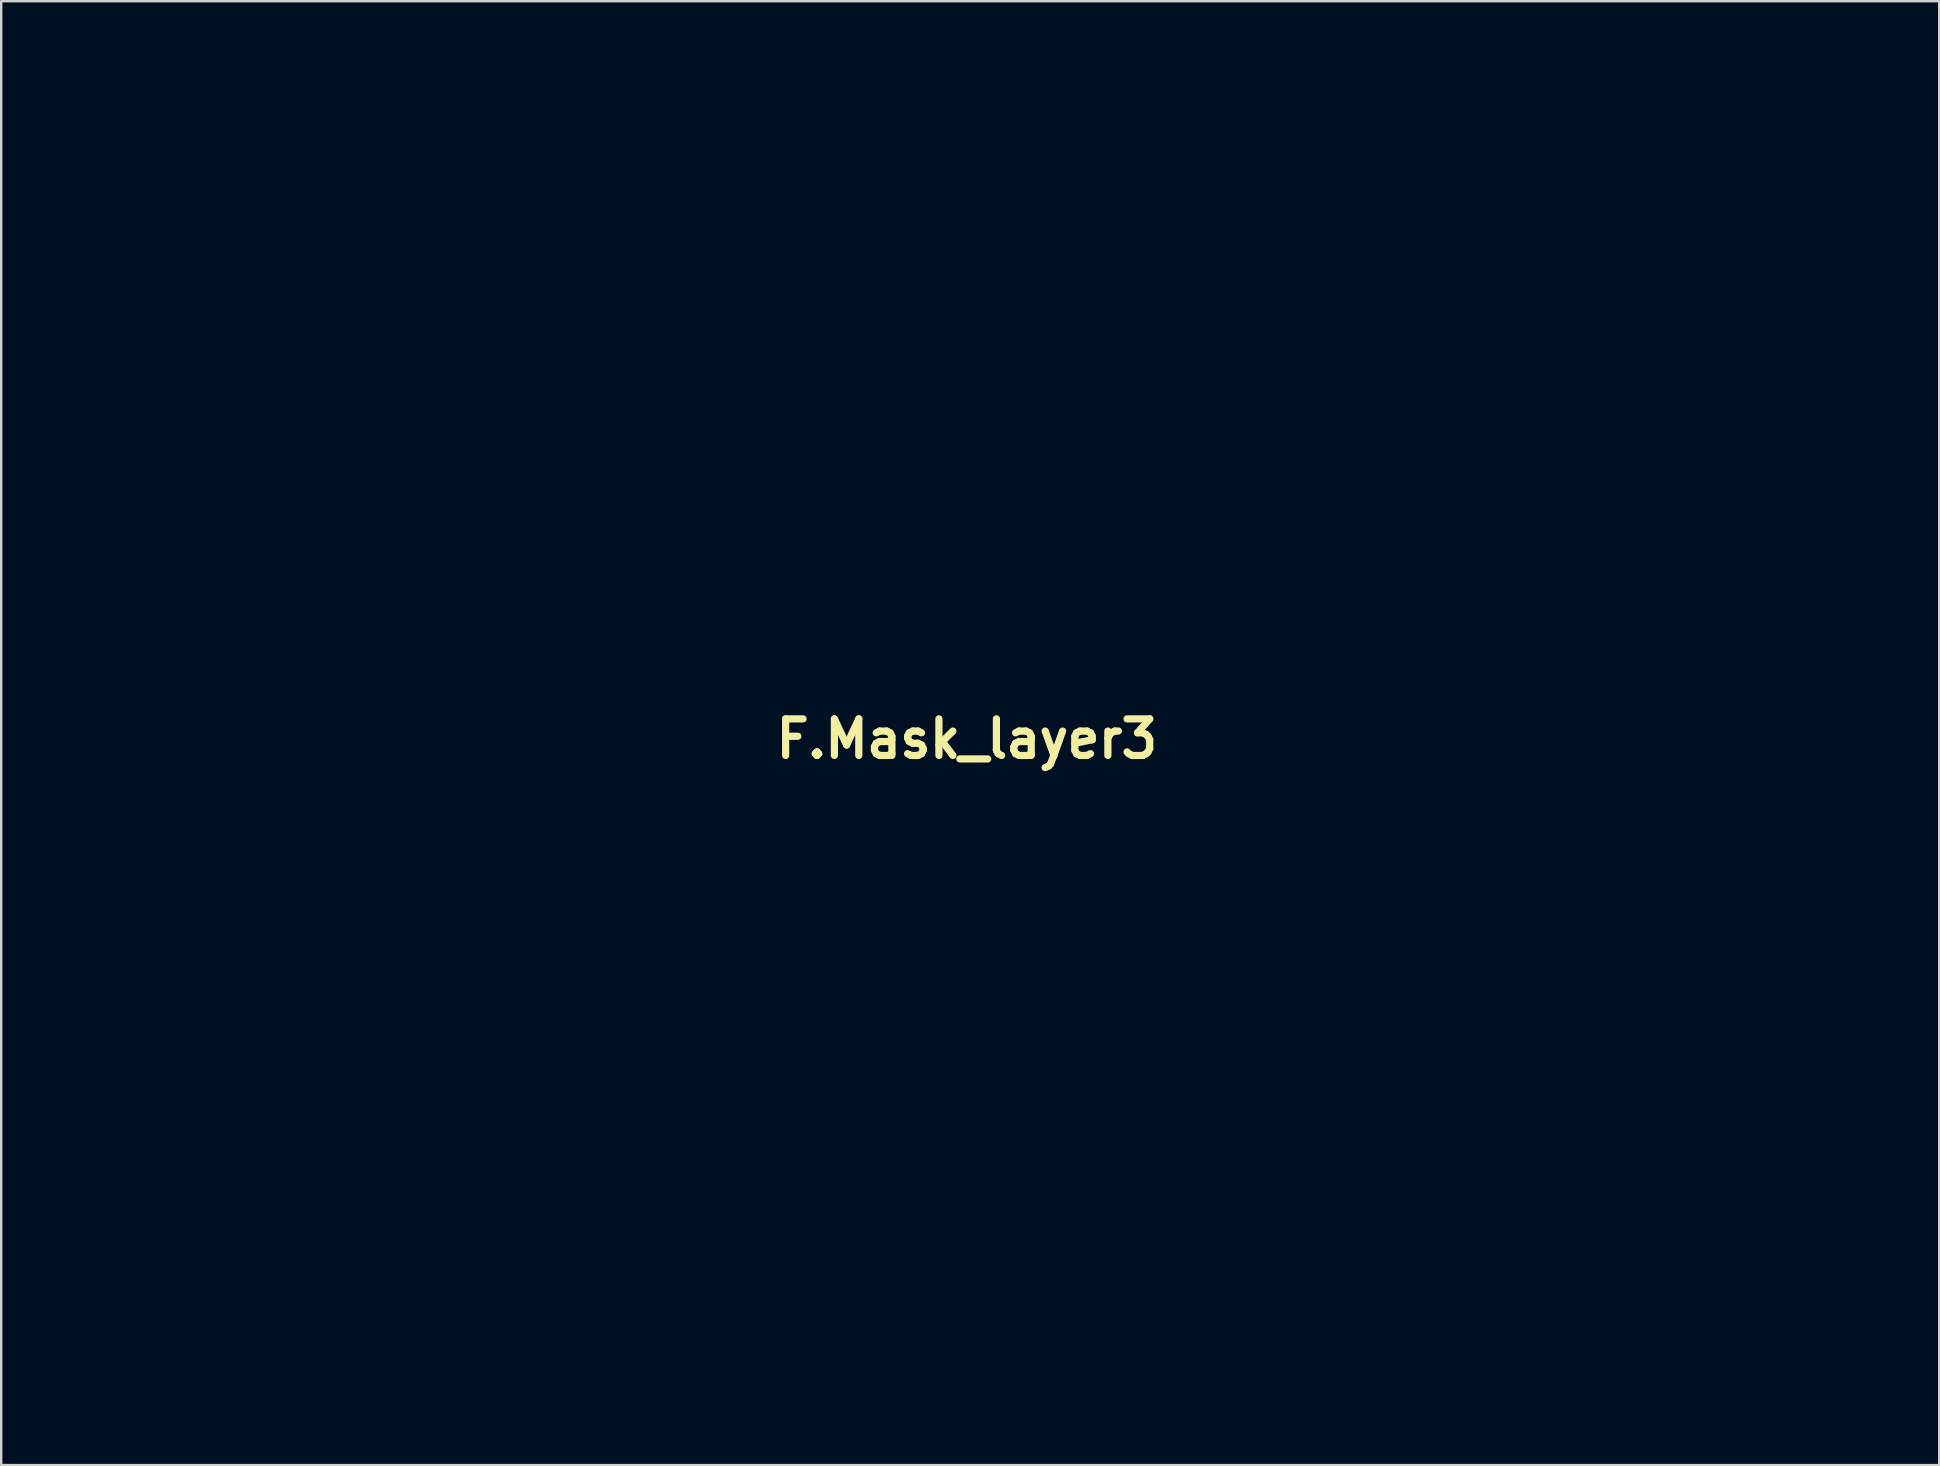
<source format=kicad_pcb>
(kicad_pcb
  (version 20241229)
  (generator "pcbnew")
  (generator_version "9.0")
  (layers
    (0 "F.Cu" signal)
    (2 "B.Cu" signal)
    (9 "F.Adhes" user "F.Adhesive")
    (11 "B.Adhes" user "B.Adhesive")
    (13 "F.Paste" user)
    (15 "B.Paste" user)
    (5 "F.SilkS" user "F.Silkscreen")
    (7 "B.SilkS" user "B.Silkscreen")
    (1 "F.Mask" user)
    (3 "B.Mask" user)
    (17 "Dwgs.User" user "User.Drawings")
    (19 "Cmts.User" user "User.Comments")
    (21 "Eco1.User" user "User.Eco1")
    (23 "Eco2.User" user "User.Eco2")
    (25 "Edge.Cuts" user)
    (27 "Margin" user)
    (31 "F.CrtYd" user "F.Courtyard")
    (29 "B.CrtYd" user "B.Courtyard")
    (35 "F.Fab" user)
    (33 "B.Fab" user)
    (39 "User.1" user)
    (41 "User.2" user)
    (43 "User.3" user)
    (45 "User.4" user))
  (footprint "F.Mask_layer3"
    (layer "F.Cu")
    (at 37.228 27.733)
    (property "Reference" "F.Mask_layer3" (at 0 0 0) (layer "F.SilkS") (effects (font (size 1.524 1.524) (thickness 0.3))))
    (attr through_hole)
    (fp_poly (pts (xy -29.379 -2.498) (xy -30.014 -2.498) (xy -30.014 -6.858) (xy -29.379 -6.858) (xy -29.379 -2.498)) (stroke (width 0.01) (type solid)) (fill yes) (layer "F.Mask"))
    (fp_poly (pts (xy -20.235 -2.498) (xy -20.87 -2.498) (xy -20.87 -6.858) (xy -20.235 -6.858) (xy -20.235 -2.498)) (stroke (width 0.01) (type solid)) (fill yes) (layer "F.Mask"))
    (fp_poly (pts (xy -18.076 -11.388) (xy -18.754 -11.388) (xy -18.754 -15.875) (xy -18.076 -15.875) (xy -18.076 -11.388)) (stroke (width 0.01) (type solid)) (fill yes) (layer "F.Mask"))
    (fp_poly (pts (xy -15.917 -11.388) (xy -16.595 -11.388) (xy -16.595 -15.875) (xy -15.917 -15.875) (xy -15.917 -11.388)) (stroke (width 0.01) (type solid)) (fill yes) (layer "F.Mask"))
    (fp_poly (pts (xy -11.091 -11.388) (xy -11.599 -11.388) (xy -11.599 -15.875) (xy -11.091 -15.875) (xy -11.091 -11.388)) (stroke (width 0.01) (type solid)) (fill yes) (layer "F.Mask"))
    (fp_poly (pts (xy -11.091 -2.498) (xy -11.599 -2.498) (xy -11.599 -6.858) (xy -11.091 -6.858) (xy -11.091 -2.498)) (stroke (width 0.01) (type solid)) (fill yes) (layer "F.Mask"))
    (fp_poly (pts (xy -8.932 -11.388) (xy -9.61 -11.388) (xy -9.61 -15.875) (xy -8.932 -15.875) (xy -8.932 -11.388)) (stroke (width 0.01) (type solid)) (fill yes) (layer "F.Mask"))
    (fp_poly (pts (xy -6.773 -11.388) (xy -7.451 -11.388) (xy -7.451 -15.875) (xy -6.773 -15.875) (xy -6.773 -11.388)) (stroke (width 0.01) (type solid)) (fill yes) (layer "F.Mask"))
    (fp_poly (pts (xy -6.773 -2.498) (xy -7.451 -2.498) (xy -7.451 -6.858) (xy -6.773 -6.858) (xy -6.773 -2.498)) (stroke (width 0.01) (type solid)) (fill yes) (layer "F.Mask"))
    (fp_poly (pts (xy -1.82 -2.498) (xy -2.455 -2.498) (xy -2.455 -6.858) (xy -1.82 -6.858) (xy -1.82 -2.498)) (stroke (width 0.01) (type solid)) (fill yes) (layer "F.Mask"))
    (fp_poly (pts (xy 0.212 -11.388) (xy -0.466 -11.388) (xy -0.466 -15.875) (xy 0.212 -15.875) (xy 0.212 -11.388)) (stroke (width 0.01) (type solid)) (fill yes) (layer "F.Mask"))
    (fp_poly (pts (xy 2.371 -11.388) (xy 1.693 -11.388) (xy 1.693 -15.875) (xy 2.371 -15.875) (xy 2.371 -11.388)) (stroke (width 0.01) (type solid)) (fill yes) (layer "F.Mask"))
    (fp_poly (pts (xy 2.371 -2.498) (xy 1.693 -2.498) (xy 1.693 -6.858) (xy 2.371 -6.858) (xy 2.371 -2.498)) (stroke (width 0.01) (type solid)) (fill yes) (layer "F.Mask"))
    (fp_poly (pts (xy 7.324 -2.498) (xy 6.689 -2.498) (xy 6.689 -6.858) (xy 7.324 -6.858) (xy 7.324 -2.498)) (stroke (width 0.01) (type solid)) (fill yes) (layer "F.Mask"))
    (fp_poly (pts (xy 9.356 -2.498) (xy 8.678 -2.498) (xy 8.678 -6.858) (xy 9.356 -6.858) (xy 9.356 -2.498)) (stroke (width 0.01) (type solid)) (fill yes) (layer "F.Mask"))
    (fp_poly (pts (xy 11.515 -2.498) (xy 10.837 -2.498) (xy 10.837 -6.858) (xy 11.515 -6.858) (xy 11.515 -2.498)) (stroke (width 0.01) (type solid)) (fill yes) (layer "F.Mask"))
    (fp_poly (pts (xy 2.021 -24.756) (xy 2.349 -24.744) (xy 2.371 -20.235) (xy 1.693 -20.235) (xy 1.693 -24.769) (xy 2.021 -24.756)) (stroke (width 0.01) (type solid)) (fill yes) (layer "F.Mask"))
    (fp_poly (pts (xy -20.235 -11.388) (xy -20.878 -11.388) (xy -20.849 -15.713) (xy -20.749 -15.794) (xy -20.613 -15.858) (xy -20.442 -15.875) (xy -20.235 -15.875) (xy -20.235 -11.388)) (stroke (width 0.01) (type solid)) (fill yes) (layer "F.Mask"))
    (fp_poly (pts (xy -1.82 -23.629) (xy -1.822 -23.244) (xy -1.825 -22.81) (xy -1.83 -22.359) (xy -1.837 -21.921) (xy -1.845 -21.526) (xy -1.848 -21.407) (xy -1.876 -20.321) (xy -2.028 -20.297) (xy -2.178 -20.274) (xy -2.318 -20.253) (xy -2.455 -20.231) (xy -2.455 -24.765) (xy -1.82 -24.765) (xy -1.82 -23.629)) (stroke (width 0.01) (type solid)) (fill yes) (layer "F.Mask"))
    (fp_poly (pts (xy -2.191 -15.848) (xy -2.047 -15.83) (xy -1.939 -15.809) (xy -1.894 -15.793) (xy -1.887 -15.746) (xy -1.88 -15.623) (xy -1.872 -15.431) (xy -1.864 -15.178) (xy -1.857 -14.873) (xy -1.849 -14.523) (xy -1.842 -14.137) (xy -1.836 -13.722) (xy -1.834 -13.576) (xy -1.807 -11.388) (xy -2.455 -11.388) (xy -2.455 -15.874) (xy -2.191 -15.848)) (stroke (width 0.01) (type solid)) (fill yes) (layer "F.Mask"))
    (fp_poly (pts (xy -27.22 -2.498) (xy -27.531 -2.498) (xy -27.686 -2.501) (xy -27.806 -2.511) (xy -27.867 -2.524) (xy -27.869 -2.526) (xy -27.875 -2.573) (xy -27.88 -2.696) (xy -27.885 -2.887) (xy -27.889 -3.139) (xy -27.892 -3.444) (xy -27.895 -3.792) (xy -27.897 -4.177) (xy -27.898 -4.59) (xy -27.898 -4.706) (xy -27.898 -6.858) (xy -27.22 -6.858) (xy -27.22 -2.498)) (stroke (width 0.01) (type solid)) (fill yes) (layer "F.Mask"))
    (fp_poly (pts (xy -25.061 -2.498) (xy -25.372 -2.498) (xy -25.527 -2.501) (xy -25.647 -2.511) (xy -25.708 -2.524) (xy -25.71 -2.526) (xy -25.716 -2.573) (xy -25.721 -2.696) (xy -25.726 -2.887) (xy -25.73 -3.139) (xy -25.733 -3.444) (xy -25.736 -3.792) (xy -25.738 -4.177) (xy -25.739 -4.59) (xy -25.739 -4.706) (xy -25.739 -6.858) (xy -25.061 -6.858) (xy -25.061 -2.498)) (stroke (width 0.01) (type solid)) (fill yes) (layer "F.Mask"))
    (fp_poly (pts (xy -18.076 -2.498) (xy -18.387 -2.498) (xy -18.542 -2.501) (xy -18.662 -2.511) (xy -18.723 -2.524) (xy -18.725 -2.526) (xy -18.731 -2.573) (xy -18.736 -2.696) (xy -18.741 -2.887) (xy -18.745 -3.139) (xy -18.748 -3.444) (xy -18.751 -3.792) (xy -18.753 -4.177) (xy -18.754 -4.59) (xy -18.754 -4.706) (xy -18.754 -6.858) (xy -18.076 -6.858) (xy -18.076 -2.498)) (stroke (width 0.01) (type solid)) (fill yes) (layer "F.Mask"))
    (fp_poly (pts (xy -15.917 -2.498) (xy -16.228 -2.498) (xy -16.383 -2.501) (xy -16.503 -2.511) (xy -16.564 -2.524) (xy -16.566 -2.526) (xy -16.572 -2.573) (xy -16.577 -2.696) (xy -16.582 -2.887) (xy -16.586 -3.139) (xy -16.589 -3.444) (xy -16.592 -3.792) (xy -16.594 -4.177) (xy -16.595 -4.59) (xy -16.595 -4.706) (xy -16.595 -6.858) (xy -15.917 -6.858) (xy -15.917 -2.498)) (stroke (width 0.01) (type solid)) (fill yes) (layer "F.Mask"))
    (fp_poly (pts (xy -8.932 -2.498) (xy -9.243 -2.498) (xy -9.398 -2.501) (xy -9.518 -2.511) (xy -9.579 -2.524) (xy -9.581 -2.526) (xy -9.587 -2.573) (xy -9.592 -2.696) (xy -9.597 -2.887) (xy -9.601 -3.139) (xy -9.604 -3.444) (xy -9.607 -3.792) (xy -9.609 -4.177) (xy -9.61 -4.59) (xy -9.61 -4.706) (xy -9.61 -6.858) (xy -8.932 -6.858) (xy -8.932 -2.498)) (stroke (width 0.01) (type solid)) (fill yes) (layer "F.Mask"))
    (fp_poly (pts (xy 0.212 -2.498) (xy -0.099 -2.498) (xy -0.254 -2.501) (xy -0.374 -2.511) (xy -0.435 -2.524) (xy -0.437 -2.526) (xy -0.443 -2.573) (xy -0.448 -2.696) (xy -0.453 -2.887) (xy -0.457 -3.139) (xy -0.46 -3.444) (xy -0.463 -3.792) (xy -0.465 -4.177) (xy -0.466 -4.59) (xy -0.466 -4.706) (xy -0.466 -6.858) (xy 0.212 -6.858) (xy 0.212 -2.498)) (stroke (width 0.01) (type solid)) (fill yes) (layer "F.Mask"))
    (fp_poly (pts (xy 0.212 -22.5) (xy 0.211 -21.985) (xy 0.21 -21.549) (xy 0.208 -21.187) (xy 0.205 -20.893) (xy 0.2 -20.661) (xy 0.194 -20.486) (xy 0.187 -20.362) (xy 0.177 -20.285) (xy 0.167 -20.247) (xy 0.159 -20.241) (xy 0.088 -20.25) (xy -0.033 -20.264) (xy -0.114 -20.274) (xy -0.243 -20.293) (xy -0.333 -20.314) (xy -0.358 -20.325) (xy -0.363 -20.371) (xy -0.369 -20.491) (xy -0.376 -20.677) (xy -0.384 -20.919) (xy -0.392 -21.207) (xy -0.399 -21.531) (xy -0.407 -21.881) (xy -0.414 -22.249) (xy -0.421 -22.623) (xy -0.428 -22.996) (xy -0.433 -23.356) (xy -0.438 -23.694) (xy -0.442 -24.001) (xy -0.444 -24.267) (xy -0.444 -24.481) (xy -0.443 -24.636) (xy -0.44 -24.72) (xy -0.438 -24.732) (xy -0.389 -24.748) (xy -0.278 -24.76) (xy -0.128 -24.765) (xy -0.103 -24.765) (xy 0.212 -24.765) (xy 0.212 -22.5)) (stroke (width 0.01) (type solid)) (fill yes) (layer "F.Mask"))
    (fp_poly (pts (xy -12.702 8.903) (xy -12.38 8.943) (xy -12.107 9.019) (xy -11.852 9.141) (xy -11.637 9.282) (xy -11.312 9.555) (xy -11.036 9.878) (xy -10.796 10.265) (xy -10.73 10.393) (xy -10.543 10.865) (xy -10.44 11.345) (xy -10.419 11.827) (xy -10.48 12.306) (xy -10.624 12.775) (xy -10.849 13.229) (xy -10.936 13.367) (xy -11.212 13.72) (xy -11.526 14.014) (xy -11.869 14.243) (xy -12.233 14.405) (xy -12.608 14.494) (xy -12.986 14.506) (xy -13.271 14.462) (xy -13.622 14.336) (xy -13.965 14.134) (xy -14.289 13.867) (xy -14.581 13.542) (xy -14.686 13.4) (xy -14.885 13.081) (xy -15.03 12.766) (xy -15.137 12.422) (xy -15.179 12.233) (xy -15.229 11.796) (xy -15.217 11.549) (xy -14.822 11.549) (xy -14.807 11.972) (xy -14.712 12.396) (xy -14.54 12.815) (xy -14.292 13.221) (xy -14.11 13.453) (xy -13.904 13.665) (xy -13.688 13.825) (xy -13.429 13.953) (xy -13.325 13.994) (xy -12.999 14.078) (xy -12.684 14.082) (xy -12.382 14.012) (xy -12.055 13.87) (xy -11.769 13.679) (xy -11.511 13.426) (xy -11.266 13.102) (xy -11.233 13.051) (xy -11.129 12.859) (xy -11.025 12.613) (xy -10.932 12.342) (xy -10.858 12.078) (xy -10.816 11.852) (xy -10.814 11.628) (xy -10.852 11.357) (xy -10.924 11.063) (xy -11.023 10.769) (xy -11.116 10.557) (xy -11.247 10.323) (xy -11.404 10.093) (xy -11.569 9.887) (xy -11.726 9.727) (xy -11.805 9.665) (xy -12.109 9.507) (xy -12.455 9.405) (xy -12.82 9.363) (xy -13.179 9.385) (xy -13.259 9.4) (xy -13.494 9.477) (xy -13.742 9.605) (xy -13.977 9.765) (xy -14.173 9.94) (xy -14.266 10.053) (xy -14.411 10.296) (xy -14.554 10.585) (xy -14.676 10.886) (xy -14.755 11.134) (xy -14.822 11.549) (xy -15.217 11.549) (xy -15.207 11.35) (xy -15.12 10.908) (xy -14.971 10.483) (xy -14.766 10.09) (xy -14.51 9.741) (xy -14.208 9.451) (xy -14.151 9.408) (xy -13.815 9.183) (xy -13.504 9.026) (xy -13.205 8.933) (xy -12.901 8.898) (xy -12.702 8.903)) (stroke (width 0.01) (type solid)) (fill yes) (layer "F.Mask"))
    (fp_poly (pts (xy 5.174 -18.955) (xy 5.172 -18.097) (xy 5.172 -17.26) (xy 5.171 -16.448) (xy 5.171 -15.665) (xy 5.171 -14.916) (xy 5.171 -14.205) (xy 5.171 -13.534) (xy 5.172 -12.909) (xy 5.173 -12.334) (xy 5.174 -11.812) (xy 5.175 -11.348) (xy 5.177 -10.946) (xy 5.179 -10.609) (xy 5.181 -10.342) (xy 5.183 -10.149) (xy 5.185 -10.033) (xy 5.187 -10.001) (xy 5.212 -9.821) (xy 14.308 -9.821) (xy 14.319 -5.422) (xy 14.32 -4.819) (xy 14.323 -4.24) (xy 14.325 -3.69) (xy 14.328 -3.175) (xy 14.331 -2.702) (xy 14.335 -2.274) (xy 14.338 -1.899) (xy 14.342 -1.581) (xy 14.346 -1.326) (xy 14.35 -1.14) (xy 14.354 -1.028) (xy 14.357 -0.996) (xy 14.418 -0.982) (xy 14.55 -0.982) (xy 14.741 -0.995) (xy 14.981 -1.018) (xy 15.256 -1.05) (xy 15.555 -1.089) (xy 15.867 -1.134) (xy 16.179 -1.184) (xy 16.48 -1.236) (xy 16.758 -1.289) (xy 17 -1.342) (xy 17.046 -1.354) (xy 17.349 -1.434) (xy 17.668 -1.53) (xy 17.994 -1.638) (xy 18.315 -1.753) (xy 18.621 -1.871) (xy 18.901 -1.987) (xy 19.144 -2.098) (xy 19.339 -2.198) (xy 19.476 -2.284) (xy 19.543 -2.351) (xy 19.545 -2.356) (xy 19.553 -2.406) (xy 19.543 -2.478) (xy 19.511 -2.584) (xy 19.452 -2.734) (xy 19.364 -2.939) (xy 19.243 -3.209) (xy 19.239 -3.217) (xy 18.891 -4.071) (xy 18.61 -4.952) (xy 18.403 -5.838) (xy 18.343 -6.181) (xy 18.319 -6.388) (xy 18.299 -6.665) (xy 18.284 -6.997) (xy 18.272 -7.371) (xy 18.265 -7.771) (xy 18.263 -8.184) (xy 18.265 -8.594) (xy 18.272 -8.987) (xy 18.284 -9.349) (xy 18.301 -9.665) (xy 18.322 -9.92) (xy 18.323 -9.927) (xy 18.396 -10.46) (xy 18.5 -11.036) (xy 18.628 -11.627) (xy 18.775 -12.207) (xy 18.934 -12.749) (xy 19.054 -13.102) (xy 19.151 -13.346) (xy 19.286 -13.648) (xy 19.452 -13.994) (xy 19.641 -14.37) (xy 19.847 -14.763) (xy 20.062 -15.158) (xy 20.279 -15.543) (xy 20.491 -15.903) (xy 20.548 -15.996) (xy 21.052 -16.815) (xy 21.192 -16.793) (xy 21.371 -16.736) (xy 21.599 -16.621) (xy 21.867 -16.453) (xy 22.169 -16.238) (xy 22.499 -15.982) (xy 22.849 -15.691) (xy 23.212 -15.37) (xy 23.582 -15.026) (xy 23.952 -14.665) (xy 24.315 -14.291) (xy 24.664 -13.912) (xy 24.992 -13.533) (xy 25.035 -13.483) (xy 25.33 -13.118) (xy 25.582 -12.786) (xy 25.805 -12.463) (xy 26.017 -12.124) (xy 26.234 -11.745) (xy 26.342 -11.547) (xy 26.628 -10.984) (xy 26.87 -10.44) (xy 27.074 -9.89) (xy 27.249 -9.312) (xy 27.404 -8.682) (xy 27.456 -8.439) (xy 27.499 -8.236) (xy 27.537 -8.065) (xy 27.565 -7.942) (xy 27.581 -7.883) (xy 27.582 -7.881) (xy 27.626 -7.882) (xy 27.733 -7.898) (xy 27.881 -7.926) (xy 27.925 -7.935) (xy 28.134 -7.968) (xy 28.414 -7.997) (xy 28.753 -8.022) (xy 29.137 -8.042) (xy 29.552 -8.057) (xy 29.986 -8.066) (xy 30.425 -8.07) (xy 30.855 -8.066) (xy 31.265 -8.056) (xy 31.485 -8.047) (xy 31.999 -8.019) (xy 32.443 -7.986) (xy 32.831 -7.946) (xy 33.177 -7.899) (xy 33.494 -7.841) (xy 33.722 -7.791) (xy 34.041 -7.708) (xy 34.382 -7.606) (xy 34.722 -7.494) (xy 35.04 -7.379) (xy 35.315 -7.267) (xy 35.496 -7.182) (xy 35.686 -7.077) (xy 35.918 -6.937) (xy 36.177 -6.774) (xy 36.446 -6.598) (xy 36.708 -6.42) (xy 36.947 -6.252) (xy 37.145 -6.105) (xy 37.285 -5.99) (xy 37.404 -5.879) (xy 37.471 -5.796) (xy 37.501 -5.718) (xy 37.507 -5.622) (xy 37.486 -5.49) (xy 37.425 -5.294) (xy 37.329 -5.045) (xy 37.202 -4.753) (xy 37.05 -4.426) (xy 36.875 -4.075) (xy 36.684 -3.709) (xy 36.48 -3.337) (xy 36.267 -2.969) (xy 36.207 -2.868) (xy 36.055 -2.617) (xy 35.934 -2.42) (xy 35.83 -2.259) (xy 35.731 -2.116) (xy 35.625 -1.973) (xy 35.498 -1.81) (xy 35.372 -1.651) (xy 35 -1.213) (xy 34.604 -0.81) (xy 34.168 -0.426) (xy 33.677 -0.045) (xy 33.359 0.179) (xy 32.816 0.515) (xy 32.203 0.825) (xy 31.531 1.106) (xy 30.812 1.351) (xy 30.593 1.416) (xy 30.259 1.509) (xy 29.956 1.587) (xy 29.672 1.651) (xy 29.394 1.703) (xy 29.11 1.744) (xy 28.804 1.776) (xy 28.465 1.801) (xy 28.08 1.821) (xy 27.634 1.837) (xy 27.176 1.849) (xy 26.01 1.876) (xy 25.825 2.346) (xy 25.642 2.79) (xy 25.424 3.294) (xy 25.178 3.842) (xy 24.909 4.421) (xy 24.625 5.015) (xy 24.333 5.612) (xy 24.04 6.196) (xy 23.752 6.753) (xy 23.477 7.27) (xy 23.34 7.518) (xy 22.996 8.121) (xy 22.615 8.759) (xy 22.209 9.414) (xy 21.79 10.067) (xy 21.37 10.702) (xy 20.959 11.298) (xy 20.571 11.839) (xy 20.513 11.917) (xy 20.1 12.453) (xy 19.628 13.03) (xy 19.109 13.638) (xy 18.55 14.267) (xy 17.963 14.905) (xy 17.356 15.545) (xy 16.74 16.174) (xy 16.124 16.784) (xy 15.517 17.363) (xy 14.929 17.902) (xy 14.37 18.391) (xy 14.33 18.424) (xy 13.986 18.707) (xy 13.593 19.018) (xy 13.164 19.346) (xy 12.713 19.681) (xy 12.255 20.013) (xy 11.803 20.332) (xy 11.371 20.628) (xy 10.974 20.89) (xy 10.626 21.109) (xy 10.583 21.135) (xy 9.91 21.528) (xy 9.176 21.938) (xy 8.402 22.354) (xy 7.607 22.765) (xy 6.813 23.161) (xy 6.039 23.532) (xy 5.567 23.749) (xy 4.488 24.21) (xy 3.337 24.649) (xy 2.124 25.062) (xy 0.862 25.446) (xy -0.44 25.799) (xy -1.772 26.117) (xy -3.121 26.396) (xy -3.429 26.454) (xy -3.994 26.555) (xy -4.528 26.646) (xy -5.044 26.726) (xy -5.552 26.799) (xy -6.066 26.864) (xy -6.598 26.924) (xy -7.16 26.979) (xy -7.764 27.032) (xy -8.423 27.084) (xy -9.148 27.136) (xy -9.499 27.16) (xy -9.742 27.173) (xy -10.042 27.187) (xy -10.388 27.199) (xy -10.768 27.211) (xy -11.169 27.221) (xy -11.58 27.23) (xy -11.987 27.238) (xy -12.38 27.243) (xy -12.747 27.247) (xy -13.074 27.248) (xy -13.349 27.247) (xy -13.562 27.243) (xy -13.674 27.238) (xy -13.797 27.229) (xy -13.984 27.217) (xy -14.214 27.202) (xy -14.466 27.186) (xy -14.605 27.177) (xy -15.64 27.1) (xy -16.607 27.004) (xy -17.521 26.887) (xy -18.396 26.746) (xy -19.247 26.578) (xy -20.09 26.382) (xy -20.939 26.154) (xy -21.569 25.967) (xy -22.148 25.778) (xy -22.751 25.561) (xy -23.361 25.326) (xy -23.959 25.077) (xy -24.528 24.824) (xy -25.051 24.573) (xy -25.511 24.331) (xy -25.548 24.31) (xy -26.554 23.715) (xy -27.489 23.099) (xy -28.367 22.452) (xy -29.2 21.764) (xy -30.002 21.022) (xy -30.787 20.217) (xy -31.321 19.623) (xy -32.05 18.731) (xy -32.745 17.767) (xy -33.402 16.737) (xy -34.017 15.65) (xy -34.585 14.51) (xy -35.103 13.326) (xy -35.385 12.605) (xy -35.861 11.225) (xy -36.265 9.816) (xy -36.594 8.393) (xy -36.845 6.973) (xy -36.846 6.964) (xy -37 5.816) (xy -37.114 4.734) (xy -37.188 3.706) (xy -37.223 2.724) (xy -37.22 2.221) (xy -35.85 2.221) (xy -35.849 2.678) (xy -35.842 3.146) (xy -35.828 3.611) (xy -35.808 4.062) (xy -35.781 4.486) (xy -35.747 4.87) (xy -35.731 5.016) (xy -35.609 5.953) (xy -35.468 6.877) (xy -35.31 7.776) (xy -35.136 8.638) (xy -34.95 9.451) (xy -34.754 10.202) (xy -34.562 10.845) (xy -34.368 11.413) (xy -34.145 12.007) (xy -33.898 12.617) (xy -33.631 13.233) (xy -33.349 13.846) (xy -33.058 14.445) (xy -32.762 15.022) (xy -32.466 15.565) (xy -32.175 16.066) (xy -31.893 16.515) (xy -31.626 16.902) (xy -31.391 17.202) (xy -31.305 17.303) (xy -31.23 17.381) (xy -31.154 17.442) (xy -31.065 17.489) (xy -30.95 17.528) (xy -30.797 17.563) (xy -30.592 17.599) (xy -30.325 17.64) (xy -30.12 17.67) (xy -29.244 17.779) (xy -28.383 17.842) (xy -27.519 17.859) (xy -26.635 17.831) (xy -25.715 17.757) (xy -24.742 17.637) (xy -24.701 17.631) (xy -23.798 17.471) (xy -22.862 17.245) (xy -21.911 16.961) (xy -20.961 16.623) (xy -20.028 16.237) (xy -19.259 15.874) (xy -19.044 15.769) (xy -18.814 15.663) (xy -18.604 15.571) (xy -18.511 15.532) (xy -18.184 15.402) (xy -18.095 15.514) (xy -18.046 15.588) (xy -17.974 15.714) (xy -17.888 15.874) (xy -17.797 16.048) (xy -17.711 16.221) (xy -17.637 16.373) (xy -17.587 16.486) (xy -17.568 16.543) (xy -17.605 16.572) (xy -17.709 16.632) (xy -17.869 16.717) (xy -18.077 16.824) (xy -18.321 16.946) (xy -18.593 17.08) (xy -18.881 17.221) (xy -19.177 17.364) (xy -19.471 17.503) (xy -19.751 17.634) (xy -20.009 17.752) (xy -20.234 17.853) (xy -20.36 17.907) (xy -20.77 18.075) (xy -21.152 18.219) (xy -21.532 18.349) (xy -21.935 18.472) (xy -22.387 18.597) (xy -22.572 18.646) (xy -22.98 18.751) (xy -23.345 18.841) (xy -23.678 18.918) (xy -23.99 18.983) (xy -24.289 19.037) (xy -24.588 19.081) (xy -24.896 19.117) (xy -25.223 19.145) (xy -25.581 19.167) (xy -25.979 19.183) (xy -26.427 19.196) (xy -26.937 19.205) (xy -27.519 19.213) (xy -27.68 19.215) (xy -29.896 19.241) (xy -29.331 19.792) (xy -28.583 20.484) (xy -27.791 21.147) (xy -26.967 21.771) (xy -26.124 22.348) (xy -25.274 22.869) (xy -24.431 23.325) (xy -23.834 23.61) (xy -23.194 23.887) (xy -22.598 24.129) (xy -22.015 24.344) (xy -21.42 24.545) (xy -20.783 24.739) (xy -20.532 24.812) (xy -19.878 24.99) (xy -19.237 25.147) (xy -18.597 25.285) (xy -17.943 25.406) (xy -17.264 25.513) (xy -16.545 25.608) (xy -15.773 25.693) (xy -14.937 25.77) (xy -14.541 25.802) (xy -14.252 25.819) (xy -13.891 25.832) (xy -13.473 25.841) (xy -13.01 25.847) (xy -12.516 25.848) (xy -12.005 25.845) (xy -11.489 25.839) (xy -10.982 25.83) (xy -10.497 25.816) (xy -10.048 25.8) (xy -9.649 25.78) (xy -9.356 25.761) (xy -7.963 25.641) (xy -6.638 25.497) (xy -5.367 25.327) (xy -4.134 25.13) (xy -2.925 24.901) (xy -1.727 24.639) (xy -0.525 24.34) (xy 0.697 24.004) (xy 0.826 23.966) (xy 2.123 23.557) (xy 3.442 23.08) (xy 4.764 22.543) (xy 6.072 21.955) (xy 7.348 21.322) (xy 8.574 20.653) (xy 8.911 20.457) (xy 9.455 20.133) (xy 9.941 19.836) (xy 10.387 19.554) (xy 10.811 19.276) (xy 11.229 18.989) (xy 11.659 18.683) (xy 12.12 18.345) (xy 12.34 18.18) (xy 13.031 17.653) (xy 13.663 17.149) (xy 14.252 16.654) (xy 14.816 16.152) (xy 15.371 15.63) (xy 15.933 15.072) (xy 16.429 14.559) (xy 16.923 14.036) (xy 17.367 13.557) (xy 17.77 13.108) (xy 18.141 12.679) (xy 18.491 12.258) (xy 18.829 11.832) (xy 19.164 11.389) (xy 19.506 10.919) (xy 19.864 10.408) (xy 20.248 9.845) (xy 20.562 9.377) (xy 21.403 8.056) (xy 22.204 6.682) (xy 22.966 5.248) (xy 23.693 3.749) (xy 24.389 2.179) (xy 24.743 1.322) (xy 24.854 1.049) (xy 24.939 0.845) (xy 25.003 0.7) (xy 25.053 0.604) (xy 25.093 0.547) (xy 25.129 0.518) (xy 25.166 0.509) (xy 25.187 0.508) (xy 25.308 0.506) (xy 25.5 0.499) (xy 25.751 0.489) (xy 26.047 0.476) (xy 26.375 0.46) (xy 26.723 0.444) (xy 27.076 0.426) (xy 27.422 0.407) (xy 27.748 0.39) (xy 28.041 0.373) (xy 28.287 0.358) (xy 28.474 0.345) (xy 28.575 0.337) (xy 29.135 0.27) (xy 29.648 0.184) (xy 30.099 0.08) (xy 30.184 0.057) (xy 30.436 -0.023) (xy 30.731 -0.128) (xy 31.049 -0.249) (xy 31.369 -0.38) (xy 31.673 -0.511) (xy 31.939 -0.634) (xy 32.148 -0.742) (xy 32.176 -0.758) (xy 32.588 -1.025) (xy 33.019 -1.358) (xy 33.457 -1.744) (xy 33.889 -2.169) (xy 34.301 -2.621) (xy 34.682 -3.087) (xy 35.017 -3.554) (xy 35.155 -3.768) (xy 35.283 -3.993) (xy 35.416 -4.255) (xy 35.541 -4.529) (xy 35.648 -4.789) (xy 35.724 -5.008) (xy 35.737 -5.053) (xy 35.792 -5.259) (xy 35.576 -5.458) (xy 35.357 -5.624) (xy 35.067 -5.79) (xy 34.717 -5.953) (xy 34.32 -6.108) (xy 33.889 -6.249) (xy 33.436 -6.374) (xy 32.973 -6.476) (xy 32.583 -6.542) (xy 32.261 -6.578) (xy 31.869 -6.606) (xy 31.425 -6.624) (xy 30.944 -6.634) (xy 30.441 -6.635) (xy 29.932 -6.627) (xy 29.434 -6.612) (xy 28.96 -6.588) (xy 28.528 -6.556) (xy 28.153 -6.516) (xy 28.022 -6.498) (xy 27.819 -6.463) (xy 27.563 -6.412) (xy 27.284 -6.351) (xy 27.012 -6.287) (xy 26.946 -6.271) (xy 26.301 -6.109) (xy 26.277 -6.769) (xy 26.221 -7.52) (xy 26.108 -8.239) (xy 25.934 -8.944) (xy 25.693 -9.651) (xy 25.383 -10.376) (xy 25.294 -10.562) (xy 24.881 -11.322) (xy 24.398 -12.055) (xy 23.84 -12.766) (xy 23.206 -13.459) (xy 22.49 -14.139) (xy 22.487 -14.142) (xy 22.285 -14.32) (xy 22.093 -14.486) (xy 21.924 -14.629) (xy 21.792 -14.738) (xy 21.713 -14.798) (xy 21.546 -14.914) (xy 21.442 -14.817) (xy 21.385 -14.742) (xy 21.299 -14.602) (xy 21.191 -14.412) (xy 21.069 -14.184) (xy 20.939 -13.931) (xy 20.808 -13.667) (xy 20.682 -13.404) (xy 20.568 -13.156) (xy 20.474 -12.936) (xy 20.45 -12.878) (xy 20.259 -12.376) (xy 20.098 -11.904) (xy 19.966 -11.447) (xy 19.858 -10.992) (xy 19.774 -10.524) (xy 19.71 -10.028) (xy 19.663 -9.49) (xy 19.632 -8.897) (xy 19.613 -8.255) (xy 19.606 -7.778) (xy 19.606 -7.373) (xy 19.614 -7.025) (xy 19.631 -6.721) (xy 19.658 -6.448) (xy 19.696 -6.193) (xy 19.746 -5.941) (xy 19.793 -5.743) (xy 19.988 -5.043) (xy 20.209 -4.408) (xy 20.465 -3.821) (xy 20.765 -3.263) (xy 21.115 -2.718) (xy 21.356 -2.385) (xy 21.629 -2.024) (xy 21.514 -1.93) (xy 20.811 -1.411) (xy 20.057 -0.958) (xy 19.25 -0.572) (xy 18.393 -0.253) (xy 17.661 -0.045) (xy 17.257 0.053) (xy 16.913 0.13) (xy 16.606 0.189) (xy 16.316 0.234) (xy 16.021 0.269) (xy 15.723 0.296) (xy 15.599 0.304) (xy 15.451 0.313) (xy 15.276 0.321) (xy 15.073 0.328) (xy 14.84 0.336) (xy 14.576 0.342) (xy 14.278 0.349) (xy 13.945 0.355) (xy 13.575 0.361) (xy 13.166 0.367) (xy 12.715 0.372) (xy 12.223 0.377) (xy 11.685 0.381) (xy 11.101 0.386) (xy 10.469 0.39) (xy 9.787 0.393) (xy 9.054 0.397) (xy 8.266 0.4) (xy 7.423 0.403) (xy 6.523 0.406) (xy 5.563 0.408) (xy 4.542 0.41) (xy 3.459 0.412) (xy 2.31 0.414) (xy 1.096 0.416) (xy -0.187 0.417) (xy -1.541 0.419) (xy -2.966 0.42) (xy -4.466 0.42) (xy -6.041 0.421) (xy -7.693 0.422) (xy -9.425 0.422) (xy -11.238 0.422) (xy -12.9 0.422) (xy -35.728 0.423) (xy -35.748 0.519) (xy -35.782 0.74) (xy -35.809 1.033) (xy -35.83 1.386) (xy -35.843 1.786) (xy -35.85 2.221) (xy -37.22 2.221) (xy -37.218 1.779) (xy -37.174 0.859) (xy -37.131 0.339) (xy -37.098 -0.013) (xy -37.072 -0.29) (xy -37.05 -0.501) (xy -37.03 -0.655) (xy -37.01 -0.762) (xy -36.988 -0.831) (xy -36.961 -0.87) (xy -36.929 -0.89) (xy -36.888 -0.899) (xy -36.84 -0.906) (xy -36.766 -0.912) (xy -36.616 -0.918) (xy -36.401 -0.925) (xy -36.128 -0.932) (xy -35.808 -0.939) (xy -35.448 -0.946) (xy -35.059 -0.953) (xy -34.703 -0.958) (xy -32.724 -0.985) (xy -32.724 -8.424) (xy -31.503 -8.424) (xy -31.473 -4.752) (xy -31.468 -4.202) (xy -31.463 -3.675) (xy -31.458 -3.18) (xy -31.452 -2.721) (xy -31.446 -2.304) (xy -31.44 -1.937) (xy -31.435 -1.625) (xy -31.429 -1.373) (xy -31.424 -1.19) (xy -31.419 -1.079) (xy -31.415 -1.048) (xy -31.403 -1.043) (xy -31.374 -1.039) (xy -31.324 -1.035) (xy -31.248 -1.031) (xy -31.143 -1.028) (xy -31.004 -1.024) (xy -30.828 -1.021) (xy -30.61 -1.018) (xy -30.347 -1.015) (xy -30.035 -1.012) (xy -29.669 -1.009) (xy -29.245 -1.006) (xy -28.76 -1.002) (xy -28.209 -0.999) (xy -27.589 -0.995) (xy -26.895 -0.991) (xy -26.123 -0.987) (xy -25.495 -0.984) (xy -23.58 -0.974) (xy -23.58 -8.424) (xy -22.225 -8.424) (xy -22.225 -0.974) (xy -14.436 -0.974) (xy -14.436 -8.424) (xy -13.081 -8.424) (xy -13.081 -0.974) (xy -5.292 -0.974) (xy -5.292 -8.424) (xy -3.937 -8.424) (xy -3.937 -0.974) (xy 3.852 -0.974) (xy 3.852 -8.424) (xy 5.207 -8.424) (xy 5.207 -0.974) (xy 12.996 -0.974) (xy 12.996 -8.424) (xy 5.207 -8.424) (xy 3.852 -8.424) (xy -3.937 -8.424) (xy -5.292 -8.424) (xy -13.081 -8.424) (xy -14.436 -8.424) (xy -22.225 -8.424) (xy -23.58 -8.424) (xy -31.503 -8.424) (xy -32.724 -8.424) (xy -32.724 -9.808) (xy -32.069 -9.821) (xy -13.081 -9.821) (xy -5.287 -9.821) (xy -3.937 -9.821) (xy 3.854 -9.821) (xy 3.831 -12.562) (xy 3.826 -13.073) (xy 3.821 -13.586) (xy 3.816 -14.091) (xy 3.81 -14.577) (xy 3.804 -15.032) (xy 3.799 -15.447) (xy 3.793 -15.809) (xy 3.788 -16.109) (xy 3.783 -16.325) (xy 3.758 -17.347) (xy 1.149 -17.372) (xy 0.64 -17.377) (xy 0.12 -17.383) (xy -0.399 -17.389) (xy -0.904 -17.395) (xy -1.383 -17.401) (xy -1.822 -17.407) (xy -2.21 -17.412) (xy -2.534 -17.417) (xy -2.699 -17.42) (xy -3.937 -17.441) (xy -3.937 -9.821) (xy -5.287 -9.821) (xy -5.312 -12.859) (xy -5.316 -13.381) (xy -5.321 -13.896) (xy -5.326 -14.395) (xy -5.332 -14.868) (xy -5.337 -15.306) (xy -5.343 -15.701) (xy -5.348 -16.044) (xy -5.353 -16.325) (xy -5.358 -16.535) (xy -5.361 -16.621) (xy -5.385 -17.347) (xy -7.995 -17.372) (xy -8.504 -17.377) (xy -9.024 -17.383) (xy -9.543 -17.389) (xy -10.048 -17.395) (xy -10.526 -17.401) (xy -10.966 -17.407) (xy -11.354 -17.412) (xy -11.678 -17.417) (xy -11.843 -17.42) (xy -13.081 -17.441) (xy -13.081 -9.821) (xy -32.069 -9.821) (xy -32.049 -9.822) (xy -22.225 -9.822) (xy -19.907 -9.844) (xy -19.406 -9.849) (xy -18.878 -9.854) (xy -18.338 -9.86) (xy -17.804 -9.867) (xy -17.29 -9.873) (xy -16.813 -9.88) (xy -16.39 -9.886) (xy -16.055 -9.891) (xy -14.52 -9.916) (xy -14.52 -17.347) (xy -17.134 -17.372) (xy -17.644 -17.377) (xy -18.164 -17.383) (xy -18.683 -17.389) (xy -19.188 -17.395) (xy -19.667 -17.401) (xy -20.107 -17.406) (xy -20.495 -17.412) (xy -20.82 -17.417) (xy -20.987 -17.42) (xy -22.225 -17.441) (xy -22.225 -9.822) (xy -32.049 -9.822) (xy -31.383 -9.836) (xy -31.027 -9.842) (xy -30.606 -9.848) (xy -30.139 -9.853) (xy -29.647 -9.858) (xy -29.148 -9.861) (xy -28.662 -9.863) (xy -28.219 -9.864) (xy -27.763 -9.865) (xy -27.274 -9.867) (xy -26.772 -9.87) (xy -26.275 -9.874) (xy -25.804 -9.88) (xy -25.379 -9.886) (xy -25.031 -9.892) (xy -23.667 -9.92) (xy -23.647 -10.093) (xy -23.644 -10.157) (xy -23.64 -10.298) (xy -23.637 -10.51) (xy -23.633 -10.786) (xy -23.628 -11.117) (xy -23.624 -11.498) (xy -23.62 -11.921) (xy -23.615 -12.379) (xy -23.611 -12.865) (xy -23.606 -13.372) (xy -23.602 -13.892) (xy -23.598 -14.419) (xy -23.594 -14.945) (xy -23.591 -15.464) (xy -23.587 -15.968) (xy -23.585 -16.451) (xy -23.583 -16.904) (xy -23.581 -17.322) (xy -23.58 -17.696) (xy -23.58 -17.981) (xy -23.58 -18.711) (xy -19.907 -18.711) (xy -19.367 -18.712) (xy -18.752 -18.712) (xy -18.075 -18.714) (xy -17.345 -18.715) (xy -16.573 -18.717) (xy -15.77 -18.719) (xy -14.947 -18.722) (xy -14.114 -18.725) (xy -13.282 -18.728) (xy -12.462 -18.732) (xy -11.665 -18.735) (xy -10.901 -18.739) (xy -10.812 -18.739) (xy -5.389 -18.768) (xy -5.361 -19.491) (xy -5.356 -19.675) (xy -5.35 -19.932) (xy -5.345 -20.252) (xy -5.34 -20.623) (xy -5.335 -21.035) (xy -5.331 -21.475) (xy -5.327 -21.933) (xy -5.325 -22.397) (xy -5.324 -22.543) (xy -5.322 -23.039) (xy -5.319 -23.558) (xy -5.316 -24.085) (xy -5.313 -24.605) (xy -5.31 -25.101) (xy -5.307 -25.559) (xy -5.304 -25.963) (xy -5.302 -26.289) (xy -3.937 -26.289) (xy -3.937 -18.711) (xy -2.378 -18.711) (xy -2.011 -18.712) (xy -1.577 -18.714) (xy -1.09 -18.716) (xy -0.569 -18.72) (xy -0.03 -18.724) (xy 0.511 -18.729) (xy 1.037 -18.734) (xy 1.47 -18.739) (xy 3.759 -18.767) (xy 3.783 -19.787) (xy 3.788 -20.016) (xy 3.793 -20.318) (xy 3.799 -20.682) (xy 3.805 -21.099) (xy 3.81 -21.556) (xy 3.816 -22.042) (xy 3.822 -22.548) (xy 3.827 -23.061) (xy 3.831 -23.548) (xy 3.854 -26.289) (xy -3.937 -26.289) (xy -5.302 -26.289) (xy -5.302 -26.297) (xy -5.302 -26.3) (xy -5.289 -27.728) (xy 5.186 -27.728) (xy 5.174 -18.955)) (stroke (width 0.01) (type solid)) (fill yes) (layer "F.Mask")))
  (gr_rect
    (start -3 -3)
    (end 77.74 57.986)
    (stroke (width 0.1) (type default))
    (fill no)
    (layer "Edge.Cuts")))
</source>
